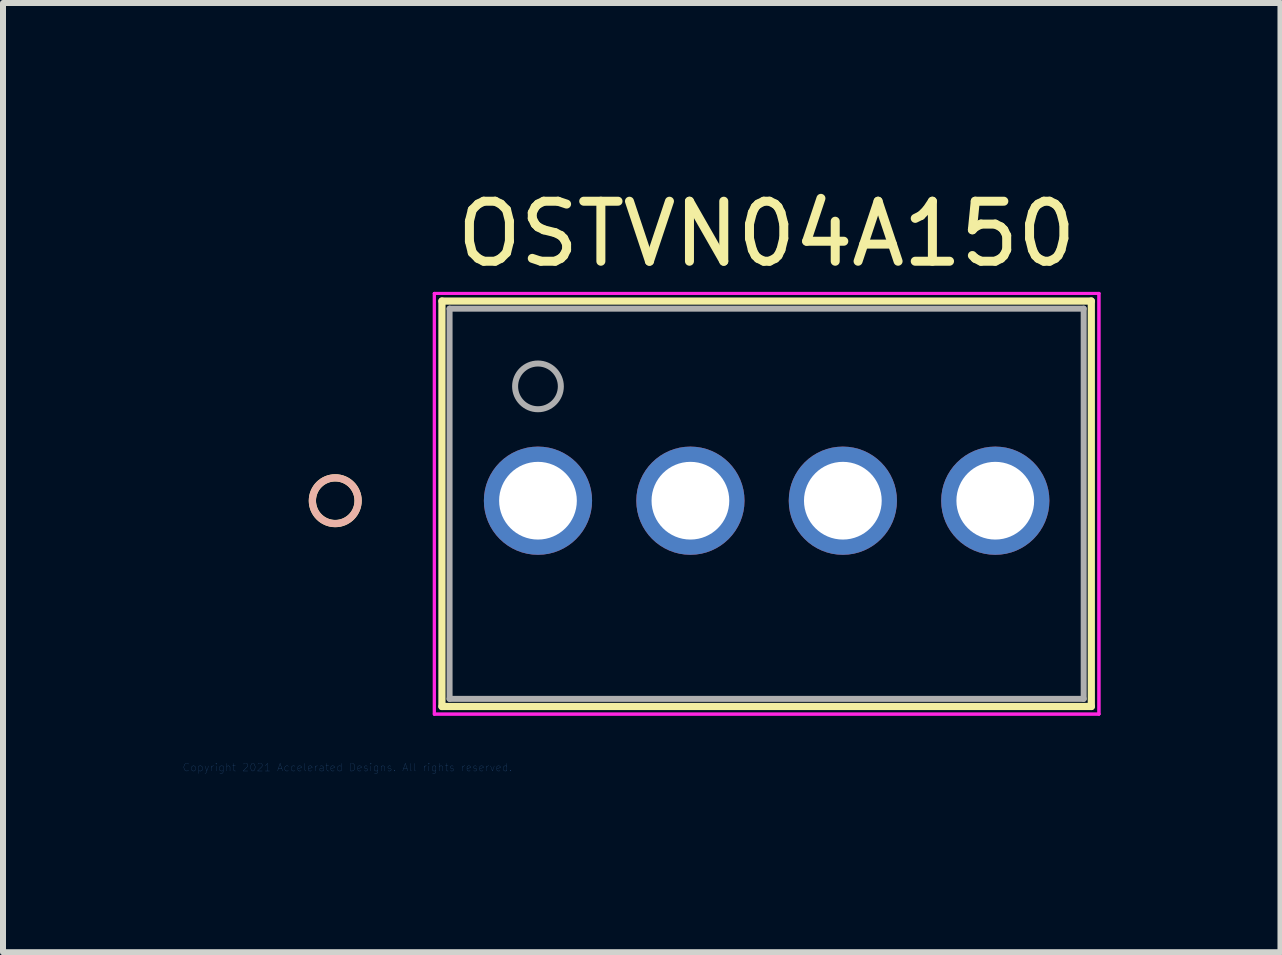
<source format=kicad_pcb>
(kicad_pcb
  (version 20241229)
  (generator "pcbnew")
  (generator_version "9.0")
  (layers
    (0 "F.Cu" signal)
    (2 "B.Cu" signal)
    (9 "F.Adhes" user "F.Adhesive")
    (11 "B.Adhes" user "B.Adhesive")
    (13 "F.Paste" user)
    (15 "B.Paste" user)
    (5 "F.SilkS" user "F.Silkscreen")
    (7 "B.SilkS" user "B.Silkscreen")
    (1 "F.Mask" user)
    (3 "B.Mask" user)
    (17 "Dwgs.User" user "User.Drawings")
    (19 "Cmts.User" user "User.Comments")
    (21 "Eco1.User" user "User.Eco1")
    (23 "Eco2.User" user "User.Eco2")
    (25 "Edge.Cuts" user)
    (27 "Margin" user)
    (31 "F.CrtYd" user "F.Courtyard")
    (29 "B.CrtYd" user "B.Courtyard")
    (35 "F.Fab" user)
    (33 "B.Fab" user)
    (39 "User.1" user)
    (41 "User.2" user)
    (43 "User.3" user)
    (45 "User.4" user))
  (footprint "OSTVN04A150"
    (layer "F.Cu")
    (at 5.914 5.293)
    (property "Reference" "OSTVN04A150" (at 3.81 -4.445 0) (layer "F.SilkS") (effects (font (size 1 1) (thickness 0.15))))
    (attr through_hole)
    (fp_line (start -1.6 -3.327) (end -1.6 3.429) (stroke (width 0.12) (type solid)) (layer "F.SilkS"))
    (fp_line (start -1.6 3.429) (end 9.22 3.429) (stroke (width 0.12) (type solid)) (layer "F.SilkS"))
    (fp_line (start 9.22 -3.327) (end -1.6 -3.327) (stroke (width 0.12) (type solid)) (layer "F.SilkS"))
    (fp_line (start 9.22 3.429) (end 9.22 -3.327) (stroke (width 0.12) (type solid)) (layer "F.SilkS"))
    (fp_circle (center -3.378 0) (end -2.997 0) (stroke (width 0.12) (type solid)) (fill no) (layer "F.SilkS"))
    (fp_circle (center -3.378 0) (end -2.997 0) (stroke (width 0.12) (type solid)) (fill no) (layer "B.SilkS"))
    (fp_line (start -1.727 -3.454) (end -1.727 3.556) (stroke (width 0.05) (type solid)) (layer "F.CrtYd"))
    (fp_line (start -1.727 -3.454) (end -1.727 3.556) (stroke (width 0.05) (type solid)) (layer "F.CrtYd"))
    (fp_line (start -1.727 3.556) (end 9.347 3.556) (stroke (width 0.05) (type solid)) (layer "F.CrtYd"))
    (fp_line (start -1.727 3.556) (end 9.347 3.556) (stroke (width 0.05) (type solid)) (layer "F.CrtYd"))
    (fp_line (start 9.347 -3.454) (end -1.727 -3.454) (stroke (width 0.05) (type solid)) (layer "F.CrtYd"))
    (fp_line (start 9.347 -3.454) (end -1.727 -3.454) (stroke (width 0.05) (type solid)) (layer "F.CrtYd"))
    (fp_line (start 9.347 3.556) (end 9.347 -3.454) (stroke (width 0.05) (type solid)) (layer "F.CrtYd"))
    (fp_line (start 9.347 3.556) (end 9.347 -3.454) (stroke (width 0.05) (type solid)) (layer "F.CrtYd"))
    (fp_line (start -1.473 -3.2) (end -1.473 3.302) (stroke (width 0.1) (type solid)) (layer "F.Fab"))
    (fp_line (start -1.473 3.302) (end 9.093 3.302) (stroke (width 0.1) (type solid)) (layer "F.Fab"))
    (fp_line (start 9.093 -3.2) (end -1.473 -3.2) (stroke (width 0.1) (type solid)) (layer "F.Fab"))
    (fp_line (start 9.093 3.302) (end 9.093 -3.2) (stroke (width 0.1) (type solid)) (layer "F.Fab"))
    (fp_circle (center 0 -1.905) (end 0.381 -1.905) (stroke (width 0.1) (type solid)) (fill no) (layer "F.Fab"))
    (fp_text user "*" (at 0 0 0) (layer "F.SilkS") (effects (font (size 1 1) (thickness 0.15))))
    (fp_text user "Copyright 2021 Accelerated Designs. All rights reserved." (at -3.175 4.445 0) (layer "Cmts.User") (effects (font (size 0.127 0.127) (thickness 0.002))))
    (fp_text user "*" (at 0 0 0) (layer "F.Fab") (effects (font (size 1 1) (thickness 0.15))))
    (pad "1" thru_hole circle (at 0 0) (size 1.803 1.803) (drill 1.295) (layers "*.Cu" "*.Mask"))
    (pad "2" thru_hole circle (at 2.54 0) (size 1.803 1.803) (drill 1.295) (layers "*.Cu" "*.Mask"))
    (pad "3" thru_hole circle (at 5.08 0) (size 1.803 1.803) (drill 1.295) (layers "*.Cu" "*.Mask"))
    (pad "4" thru_hole circle (at 7.62 0) (size 1.803 1.803) (drill 1.295) (layers "*.Cu" "*.Mask")))
  (gr_rect
    (start -3 -3)
    (end 18.286 12.816)
    (stroke (width 0.1) (type default))
    (fill no)
    (layer "Edge.Cuts")))
</source>
